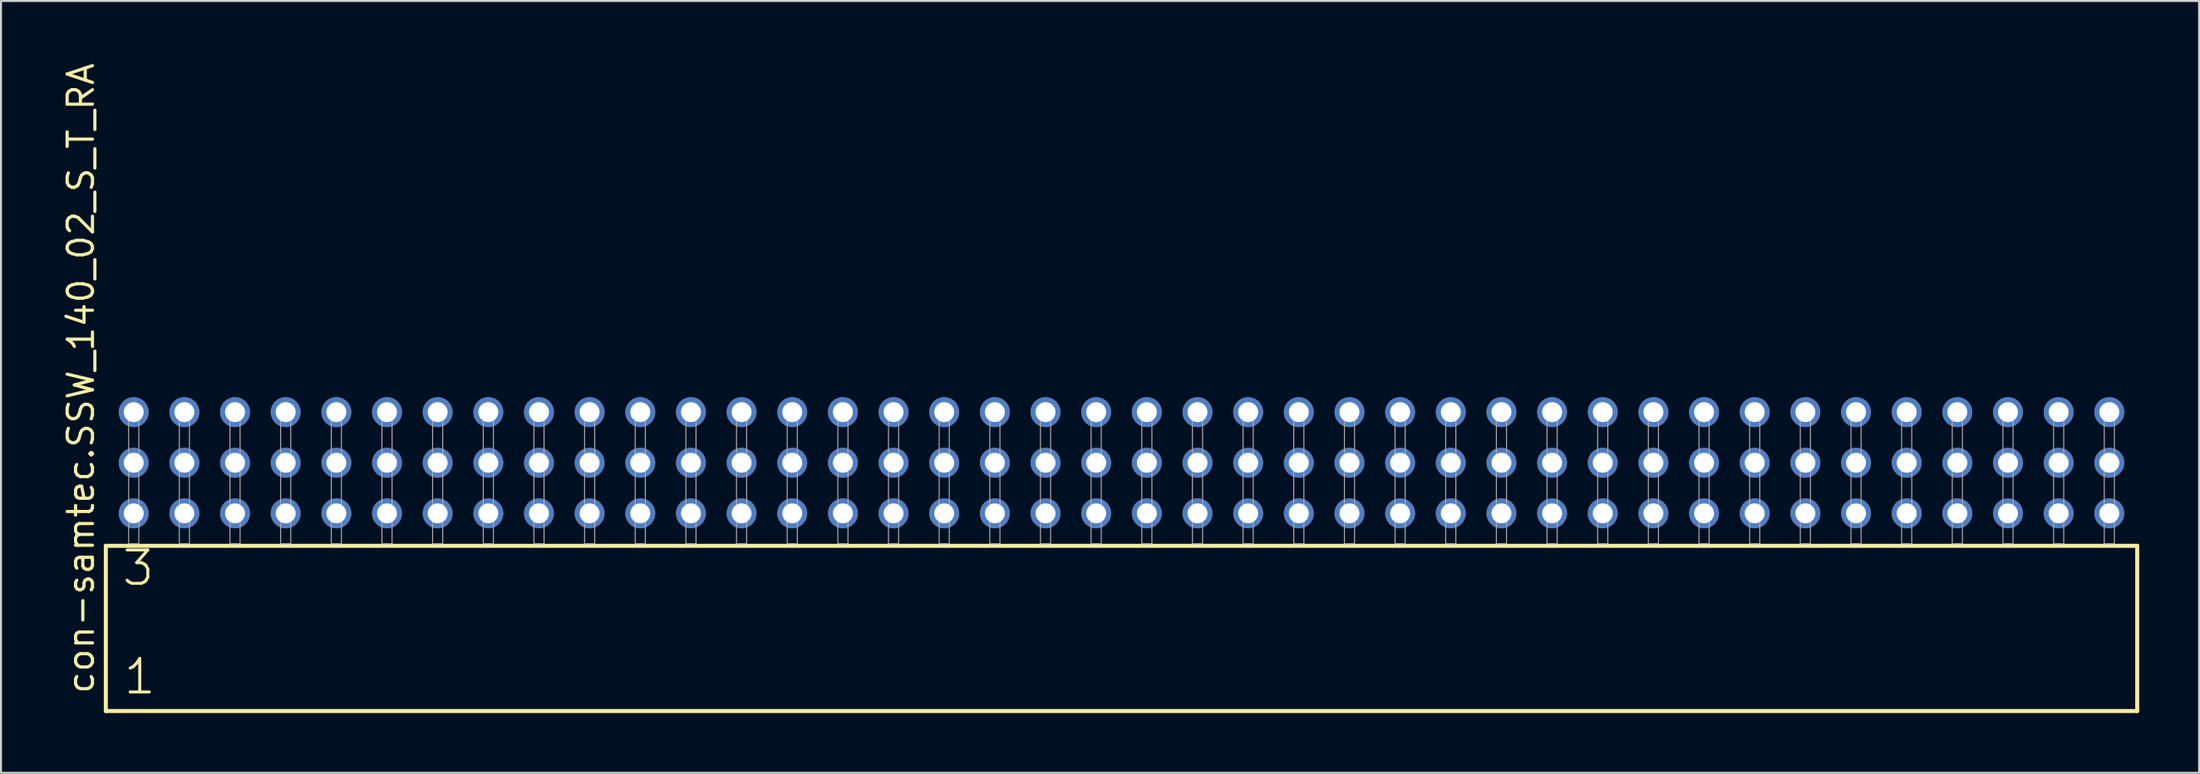
<source format=kicad_pcb>
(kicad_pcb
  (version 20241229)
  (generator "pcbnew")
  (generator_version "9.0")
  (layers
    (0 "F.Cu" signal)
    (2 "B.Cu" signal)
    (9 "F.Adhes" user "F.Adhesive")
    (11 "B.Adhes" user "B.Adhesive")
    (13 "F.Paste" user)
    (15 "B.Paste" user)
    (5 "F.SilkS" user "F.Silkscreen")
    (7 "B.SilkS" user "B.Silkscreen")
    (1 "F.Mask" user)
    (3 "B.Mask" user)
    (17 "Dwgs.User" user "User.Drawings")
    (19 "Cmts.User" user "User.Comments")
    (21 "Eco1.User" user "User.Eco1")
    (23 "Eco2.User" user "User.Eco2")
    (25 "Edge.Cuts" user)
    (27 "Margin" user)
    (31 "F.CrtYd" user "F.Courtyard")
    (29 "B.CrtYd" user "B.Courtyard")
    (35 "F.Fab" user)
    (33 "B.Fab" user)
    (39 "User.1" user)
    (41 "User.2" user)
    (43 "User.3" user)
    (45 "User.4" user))
  (footprint "con-samtec.SSW_140_02_S_T_RA"
    (layer "F.Cu")
    (at 53.185 24.235)
    (property "Reference" "con-samtec.SSW_140_02_S_T_RA" (at -51.435 7.62 90) (layer "F.SilkS") (effects (font (size 1.27 1.27) (thickness 0.16)) (justify left bottom)))
    (attr through_hole)
    (fp_line (start -50.929 0.106) (end -50.929 8.396) (stroke (width 0.203) (type default)) (layer "F.SilkS"))
    (fp_line (start -50.929 8.396) (end 50.929 8.396) (stroke (width 0.203) (type default)) (layer "F.SilkS"))
    (fp_line (start 50.929 0.106) (end -50.929 0.106) (stroke (width 0.203) (type default)) (layer "F.SilkS"))
    (fp_line (start 50.929 8.396) (end 50.929 0.106) (stroke (width 0.203) (type default)) (layer "F.SilkS"))
    (fp_rect (start -49.784 0) (end -49.276 -6.858) (stroke (width 0.05) (type default)) (fill no) (layer "F.Fab"))
    (fp_rect (start -47.244 0) (end -46.736 -6.858) (stroke (width 0.05) (type default)) (fill no) (layer "F.Fab"))
    (fp_rect (start -44.704 0) (end -44.196 -6.858) (stroke (width 0.05) (type default)) (fill no) (layer "F.Fab"))
    (fp_rect (start -42.164 0) (end -41.656 -6.858) (stroke (width 0.05) (type default)) (fill no) (layer "F.Fab"))
    (fp_rect (start -39.624 0) (end -39.116 -6.858) (stroke (width 0.05) (type default)) (fill no) (layer "F.Fab"))
    (fp_rect (start -37.084 0) (end -36.576 -6.858) (stroke (width 0.05) (type default)) (fill no) (layer "F.Fab"))
    (fp_rect (start -34.544 0) (end -34.036 -6.858) (stroke (width 0.05) (type default)) (fill no) (layer "F.Fab"))
    (fp_rect (start -32.004 0) (end -31.496 -6.858) (stroke (width 0.05) (type default)) (fill no) (layer "F.Fab"))
    (fp_rect (start -29.464 0) (end -28.956 -6.858) (stroke (width 0.05) (type default)) (fill no) (layer "F.Fab"))
    (fp_rect (start -26.924 0) (end -26.416 -6.858) (stroke (width 0.05) (type default)) (fill no) (layer "F.Fab"))
    (fp_rect (start -24.384 0) (end -23.876 -6.858) (stroke (width 0.05) (type default)) (fill no) (layer "F.Fab"))
    (fp_rect (start -21.844 0) (end -21.336 -6.858) (stroke (width 0.05) (type default)) (fill no) (layer "F.Fab"))
    (fp_rect (start -19.304 0) (end -18.796 -6.858) (stroke (width 0.05) (type default)) (fill no) (layer "F.Fab"))
    (fp_rect (start -16.764 0) (end -16.256 -6.858) (stroke (width 0.05) (type default)) (fill no) (layer "F.Fab"))
    (fp_rect (start -14.224 0) (end -13.716 -6.858) (stroke (width 0.05) (type default)) (fill no) (layer "F.Fab"))
    (fp_rect (start -11.684 0) (end -11.176 -6.858) (stroke (width 0.05) (type default)) (fill no) (layer "F.Fab"))
    (fp_rect (start -9.144 0) (end -8.636 -6.858) (stroke (width 0.05) (type default)) (fill no) (layer "F.Fab"))
    (fp_rect (start -6.604 0) (end -6.096 -6.858) (stroke (width 0.05) (type default)) (fill no) (layer "F.Fab"))
    (fp_rect (start -4.064 0) (end -3.556 -6.858) (stroke (width 0.05) (type default)) (fill no) (layer "F.Fab"))
    (fp_rect (start -1.524 0) (end -1.016 -6.858) (stroke (width 0.05) (type default)) (fill no) (layer "F.Fab"))
    (fp_rect (start 1.016 0) (end 1.524 -6.858) (stroke (width 0.05) (type default)) (fill no) (layer "F.Fab"))
    (fp_rect (start 3.556 0) (end 4.064 -6.858) (stroke (width 0.05) (type default)) (fill no) (layer "F.Fab"))
    (fp_rect (start 6.096 0) (end 6.604 -6.858) (stroke (width 0.05) (type default)) (fill no) (layer "F.Fab"))
    (fp_rect (start 8.636 0) (end 9.144 -6.858) (stroke (width 0.05) (type default)) (fill no) (layer "F.Fab"))
    (fp_rect (start 11.176 0) (end 11.684 -6.858) (stroke (width 0.05) (type default)) (fill no) (layer "F.Fab"))
    (fp_rect (start 13.716 0) (end 14.224 -6.858) (stroke (width 0.05) (type default)) (fill no) (layer "F.Fab"))
    (fp_rect (start 16.256 0) (end 16.764 -6.858) (stroke (width 0.05) (type default)) (fill no) (layer "F.Fab"))
    (fp_rect (start 18.796 0) (end 19.304 -6.858) (stroke (width 0.05) (type default)) (fill no) (layer "F.Fab"))
    (fp_rect (start 21.336 0) (end 21.844 -6.858) (stroke (width 0.05) (type default)) (fill no) (layer "F.Fab"))
    (fp_rect (start 23.876 0) (end 24.384 -6.858) (stroke (width 0.05) (type default)) (fill no) (layer "F.Fab"))
    (fp_rect (start 26.416 0) (end 26.924 -6.858) (stroke (width 0.05) (type default)) (fill no) (layer "F.Fab"))
    (fp_rect (start 28.956 0) (end 29.464 -6.858) (stroke (width 0.05) (type default)) (fill no) (layer "F.Fab"))
    (fp_rect (start 31.496 0) (end 32.004 -6.858) (stroke (width 0.05) (type default)) (fill no) (layer "F.Fab"))
    (fp_rect (start 34.036 0) (end 34.544 -6.858) (stroke (width 0.05) (type default)) (fill no) (layer "F.Fab"))
    (fp_rect (start 36.576 0) (end 37.084 -6.858) (stroke (width 0.05) (type default)) (fill no) (layer "F.Fab"))
    (fp_rect (start 39.116 0) (end 39.624 -6.858) (stroke (width 0.05) (type default)) (fill no) (layer "F.Fab"))
    (fp_rect (start 41.656 0) (end 42.164 -6.858) (stroke (width 0.05) (type default)) (fill no) (layer "F.Fab"))
    (fp_rect (start 44.196 0) (end 44.704 -6.858) (stroke (width 0.05) (type default)) (fill no) (layer "F.Fab"))
    (fp_rect (start 46.736 0) (end 47.244 -6.858) (stroke (width 0.05) (type default)) (fill no) (layer "F.Fab"))
    (fp_rect (start 49.276 0) (end 49.784 -6.858) (stroke (width 0.05) (type default)) (fill no) (layer "F.Fab"))
    (fp_text user "3" (at -50.2 2.2 0) (layer "F.SilkS") (effects (font (size 1.676 1.676) (thickness 0.15)) (justify left bottom)))
    (fp_text user "1" (at -50.125 7.65 0) (layer "F.SilkS") (effects (font (size 1.676 1.676) (thickness 0.15)) (justify left bottom)))
    (pad "1" thru_hole circle (at -49.53 -1.524) (size 1.5 1.5) (drill 1) (layers "*.Cu" "*.Mask"))
    (pad "2" thru_hole circle (at -49.53 -4.064) (size 1.5 1.5) (drill 1) (layers "*.Cu" "*.Mask"))
    (pad "3" thru_hole circle (at -49.53 -6.604) (size 1.5 1.5) (drill 1) (layers "*.Cu" "*.Mask"))
    (pad "4" thru_hole circle (at -46.99 -1.524) (size 1.5 1.5) (drill 1) (layers "*.Cu" "*.Mask"))
    (pad "5" thru_hole circle (at -46.99 -4.064) (size 1.5 1.5) (drill 1) (layers "*.Cu" "*.Mask"))
    (pad "6" thru_hole circle (at -46.99 -6.604) (size 1.5 1.5) (drill 1) (layers "*.Cu" "*.Mask"))
    (pad "7" thru_hole circle (at -44.45 -1.524) (size 1.5 1.5) (drill 1) (layers "*.Cu" "*.Mask"))
    (pad "8" thru_hole circle (at -44.45 -4.064) (size 1.5 1.5) (drill 1) (layers "*.Cu" "*.Mask"))
    (pad "9" thru_hole circle (at -44.45 -6.604) (size 1.5 1.5) (drill 1) (layers "*.Cu" "*.Mask"))
    (pad "10" thru_hole circle (at -41.91 -1.524) (size 1.5 1.5) (drill 1) (layers "*.Cu" "*.Mask"))
    (pad "11" thru_hole circle (at -41.91 -4.064) (size 1.5 1.5) (drill 1) (layers "*.Cu" "*.Mask"))
    (pad "12" thru_hole circle (at -41.91 -6.604) (size 1.5 1.5) (drill 1) (layers "*.Cu" "*.Mask"))
    (pad "13" thru_hole circle (at -39.37 -1.524) (size 1.5 1.5) (drill 1) (layers "*.Cu" "*.Mask"))
    (pad "14" thru_hole circle (at -39.37 -4.064) (size 1.5 1.5) (drill 1) (layers "*.Cu" "*.Mask"))
    (pad "15" thru_hole circle (at -39.37 -6.604) (size 1.5 1.5) (drill 1) (layers "*.Cu" "*.Mask"))
    (pad "16" thru_hole circle (at -36.83 -1.524) (size 1.5 1.5) (drill 1) (layers "*.Cu" "*.Mask"))
    (pad "17" thru_hole circle (at -36.83 -4.064) (size 1.5 1.5) (drill 1) (layers "*.Cu" "*.Mask"))
    (pad "18" thru_hole circle (at -36.83 -6.604) (size 1.5 1.5) (drill 1) (layers "*.Cu" "*.Mask"))
    (pad "19" thru_hole circle (at -34.29 -1.524) (size 1.5 1.5) (drill 1) (layers "*.Cu" "*.Mask"))
    (pad "20" thru_hole circle (at -34.29 -4.064) (size 1.5 1.5) (drill 1) (layers "*.Cu" "*.Mask"))
    (pad "21" thru_hole circle (at -34.29 -6.604) (size 1.5 1.5) (drill 1) (layers "*.Cu" "*.Mask"))
    (pad "22" thru_hole circle (at -31.75 -1.524) (size 1.5 1.5) (drill 1) (layers "*.Cu" "*.Mask"))
    (pad "23" thru_hole circle (at -31.75 -4.064) (size 1.5 1.5) (drill 1) (layers "*.Cu" "*.Mask"))
    (pad "24" thru_hole circle (at -31.75 -6.604) (size 1.5 1.5) (drill 1) (layers "*.Cu" "*.Mask"))
    (pad "25" thru_hole circle (at -29.21 -1.524) (size 1.5 1.5) (drill 1) (layers "*.Cu" "*.Mask"))
    (pad "26" thru_hole circle (at -29.21 -4.064) (size 1.5 1.5) (drill 1) (layers "*.Cu" "*.Mask"))
    (pad "27" thru_hole circle (at -29.21 -6.604) (size 1.5 1.5) (drill 1) (layers "*.Cu" "*.Mask"))
    (pad "28" thru_hole circle (at -26.67 -1.524) (size 1.5 1.5) (drill 1) (layers "*.Cu" "*.Mask"))
    (pad "29" thru_hole circle (at -26.67 -4.064) (size 1.5 1.5) (drill 1) (layers "*.Cu" "*.Mask"))
    (pad "30" thru_hole circle (at -26.67 -6.604) (size 1.5 1.5) (drill 1) (layers "*.Cu" "*.Mask"))
    (pad "31" thru_hole circle (at -24.13 -1.524) (size 1.5 1.5) (drill 1) (layers "*.Cu" "*.Mask"))
    (pad "32" thru_hole circle (at -24.13 -4.064) (size 1.5 1.5) (drill 1) (layers "*.Cu" "*.Mask"))
    (pad "33" thru_hole circle (at -24.13 -6.604) (size 1.5 1.5) (drill 1) (layers "*.Cu" "*.Mask"))
    (pad "34" thru_hole circle (at -21.59 -1.524) (size 1.5 1.5) (drill 1) (layers "*.Cu" "*.Mask"))
    (pad "35" thru_hole circle (at -21.59 -4.064) (size 1.5 1.5) (drill 1) (layers "*.Cu" "*.Mask"))
    (pad "36" thru_hole circle (at -21.59 -6.604) (size 1.5 1.5) (drill 1) (layers "*.Cu" "*.Mask"))
    (pad "37" thru_hole circle (at -19.05 -1.524) (size 1.5 1.5) (drill 1) (layers "*.Cu" "*.Mask"))
    (pad "38" thru_hole circle (at -19.05 -4.064) (size 1.5 1.5) (drill 1) (layers "*.Cu" "*.Mask"))
    (pad "39" thru_hole circle (at -19.05 -6.604) (size 1.5 1.5) (drill 1) (layers "*.Cu" "*.Mask"))
    (pad "40" thru_hole circle (at -16.51 -1.524) (size 1.5 1.5) (drill 1) (layers "*.Cu" "*.Mask"))
    (pad "41" thru_hole circle (at -16.51 -4.064) (size 1.5 1.5) (drill 1) (layers "*.Cu" "*.Mask"))
    (pad "42" thru_hole circle (at -16.51 -6.604) (size 1.5 1.5) (drill 1) (layers "*.Cu" "*.Mask"))
    (pad "43" thru_hole circle (at -13.97 -1.524) (size 1.5 1.5) (drill 1) (layers "*.Cu" "*.Mask"))
    (pad "44" thru_hole circle (at -13.97 -4.064) (size 1.5 1.5) (drill 1) (layers "*.Cu" "*.Mask"))
    (pad "45" thru_hole circle (at -13.97 -6.604) (size 1.5 1.5) (drill 1) (layers "*.Cu" "*.Mask"))
    (pad "46" thru_hole circle (at -11.43 -1.524) (size 1.5 1.5) (drill 1) (layers "*.Cu" "*.Mask"))
    (pad "47" thru_hole circle (at -11.43 -4.064) (size 1.5 1.5) (drill 1) (layers "*.Cu" "*.Mask"))
    (pad "48" thru_hole circle (at -11.43 -6.604) (size 1.5 1.5) (drill 1) (layers "*.Cu" "*.Mask"))
    (pad "49" thru_hole circle (at -8.89 -1.524) (size 1.5 1.5) (drill 1) (layers "*.Cu" "*.Mask"))
    (pad "50" thru_hole circle (at -8.89 -4.064) (size 1.5 1.5) (drill 1) (layers "*.Cu" "*.Mask"))
    (pad "51" thru_hole circle (at -8.89 -6.604) (size 1.5 1.5) (drill 1) (layers "*.Cu" "*.Mask"))
    (pad "52" thru_hole circle (at -6.35 -1.524) (size 1.5 1.5) (drill 1) (layers "*.Cu" "*.Mask"))
    (pad "53" thru_hole circle (at -6.35 -4.064) (size 1.5 1.5) (drill 1) (layers "*.Cu" "*.Mask"))
    (pad "54" thru_hole circle (at -6.35 -6.604) (size 1.5 1.5) (drill 1) (layers "*.Cu" "*.Mask"))
    (pad "55" thru_hole circle (at -3.81 -1.524) (size 1.5 1.5) (drill 1) (layers "*.Cu" "*.Mask"))
    (pad "56" thru_hole circle (at -3.81 -4.064) (size 1.5 1.5) (drill 1) (layers "*.Cu" "*.Mask"))
    (pad "57" thru_hole circle (at -3.81 -6.604) (size 1.5 1.5) (drill 1) (layers "*.Cu" "*.Mask"))
    (pad "58" thru_hole circle (at -1.27 -1.524) (size 1.5 1.5) (drill 1) (layers "*.Cu" "*.Mask"))
    (pad "59" thru_hole circle (at -1.27 -4.064) (size 1.5 1.5) (drill 1) (layers "*.Cu" "*.Mask"))
    (pad "60" thru_hole circle (at -1.27 -6.604) (size 1.5 1.5) (drill 1) (layers "*.Cu" "*.Mask"))
    (pad "61" thru_hole circle (at 1.27 -1.524) (size 1.5 1.5) (drill 1) (layers "*.Cu" "*.Mask"))
    (pad "62" thru_hole circle (at 1.27 -4.064) (size 1.5 1.5) (drill 1) (layers "*.Cu" "*.Mask"))
    (pad "63" thru_hole circle (at 1.27 -6.604) (size 1.5 1.5) (drill 1) (layers "*.Cu" "*.Mask"))
    (pad "64" thru_hole circle (at 3.81 -1.524) (size 1.5 1.5) (drill 1) (layers "*.Cu" "*.Mask"))
    (pad "65" thru_hole circle (at 3.81 -4.064) (size 1.5 1.5) (drill 1) (layers "*.Cu" "*.Mask"))
    (pad "66" thru_hole circle (at 3.81 -6.604) (size 1.5 1.5) (drill 1) (layers "*.Cu" "*.Mask"))
    (pad "67" thru_hole circle (at 6.35 -1.524) (size 1.5 1.5) (drill 1) (layers "*.Cu" "*.Mask"))
    (pad "68" thru_hole circle (at 6.35 -4.064) (size 1.5 1.5) (drill 1) (layers "*.Cu" "*.Mask"))
    (pad "69" thru_hole circle (at 6.35 -6.604) (size 1.5 1.5) (drill 1) (layers "*.Cu" "*.Mask"))
    (pad "70" thru_hole circle (at 8.89 -1.524) (size 1.5 1.5) (drill 1) (layers "*.Cu" "*.Mask"))
    (pad "71" thru_hole circle (at 8.89 -4.064) (size 1.5 1.5) (drill 1) (layers "*.Cu" "*.Mask"))
    (pad "72" thru_hole circle (at 8.89 -6.604) (size 1.5 1.5) (drill 1) (layers "*.Cu" "*.Mask"))
    (pad "73" thru_hole circle (at 11.43 -1.524) (size 1.5 1.5) (drill 1) (layers "*.Cu" "*.Mask"))
    (pad "74" thru_hole circle (at 11.43 -4.064) (size 1.5 1.5) (drill 1) (layers "*.Cu" "*.Mask"))
    (pad "75" thru_hole circle (at 11.43 -6.604) (size 1.5 1.5) (drill 1) (layers "*.Cu" "*.Mask"))
    (pad "76" thru_hole circle (at 13.97 -1.524) (size 1.5 1.5) (drill 1) (layers "*.Cu" "*.Mask"))
    (pad "77" thru_hole circle (at 13.97 -4.064) (size 1.5 1.5) (drill 1) (layers "*.Cu" "*.Mask"))
    (pad "78" thru_hole circle (at 13.97 -6.604) (size 1.5 1.5) (drill 1) (layers "*.Cu" "*.Mask"))
    (pad "79" thru_hole circle (at 16.51 -1.524) (size 1.5 1.5) (drill 1) (layers "*.Cu" "*.Mask"))
    (pad "80" thru_hole circle (at 16.51 -4.064) (size 1.5 1.5) (drill 1) (layers "*.Cu" "*.Mask"))
    (pad "81" thru_hole circle (at 16.51 -6.604) (size 1.5 1.5) (drill 1) (layers "*.Cu" "*.Mask"))
    (pad "82" thru_hole circle (at 19.05 -1.524) (size 1.5 1.5) (drill 1) (layers "*.Cu" "*.Mask"))
    (pad "83" thru_hole circle (at 19.05 -4.064) (size 1.5 1.5) (drill 1) (layers "*.Cu" "*.Mask"))
    (pad "84" thru_hole circle (at 19.05 -6.604) (size 1.5 1.5) (drill 1) (layers "*.Cu" "*.Mask"))
    (pad "85" thru_hole circle (at 21.59 -1.524) (size 1.5 1.5) (drill 1) (layers "*.Cu" "*.Mask"))
    (pad "86" thru_hole circle (at 21.59 -4.064) (size 1.5 1.5) (drill 1) (layers "*.Cu" "*.Mask"))
    (pad "87" thru_hole circle (at 21.59 -6.604) (size 1.5 1.5) (drill 1) (layers "*.Cu" "*.Mask"))
    (pad "88" thru_hole circle (at 24.13 -1.524) (size 1.5 1.5) (drill 1) (layers "*.Cu" "*.Mask"))
    (pad "89" thru_hole circle (at 24.13 -4.064) (size 1.5 1.5) (drill 1) (layers "*.Cu" "*.Mask"))
    (pad "90" thru_hole circle (at 24.13 -6.604) (size 1.5 1.5) (drill 1) (layers "*.Cu" "*.Mask"))
    (pad "91" thru_hole circle (at 26.67 -1.524) (size 1.5 1.5) (drill 1) (layers "*.Cu" "*.Mask"))
    (pad "92" thru_hole circle (at 26.67 -4.064) (size 1.5 1.5) (drill 1) (layers "*.Cu" "*.Mask"))
    (pad "93" thru_hole circle (at 26.67 -6.604) (size 1.5 1.5) (drill 1) (layers "*.Cu" "*.Mask"))
    (pad "94" thru_hole circle (at 29.21 -1.524) (size 1.5 1.5) (drill 1) (layers "*.Cu" "*.Mask"))
    (pad "95" thru_hole circle (at 29.21 -4.064) (size 1.5 1.5) (drill 1) (layers "*.Cu" "*.Mask"))
    (pad "96" thru_hole circle (at 29.21 -6.604) (size 1.5 1.5) (drill 1) (layers "*.Cu" "*.Mask"))
    (pad "97" thru_hole circle (at 31.75 -1.524) (size 1.5 1.5) (drill 1) (layers "*.Cu" "*.Mask"))
    (pad "98" thru_hole circle (at 31.75 -4.064) (size 1.5 1.5) (drill 1) (layers "*.Cu" "*.Mask"))
    (pad "99" thru_hole circle (at 31.75 -6.604) (size 1.5 1.5) (drill 1) (layers "*.Cu" "*.Mask"))
    (pad "100" thru_hole circle (at 34.29 -1.524) (size 1.5 1.5) (drill 1) (layers "*.Cu" "*.Mask"))
    (pad "101" thru_hole circle (at 34.29 -4.064) (size 1.5 1.5) (drill 1) (layers "*.Cu" "*.Mask"))
    (pad "102" thru_hole circle (at 34.29 -6.604) (size 1.5 1.5) (drill 1) (layers "*.Cu" "*.Mask"))
    (pad "103" thru_hole circle (at 36.83 -1.524) (size 1.5 1.5) (drill 1) (layers "*.Cu" "*.Mask"))
    (pad "104" thru_hole circle (at 36.83 -4.064) (size 1.5 1.5) (drill 1) (layers "*.Cu" "*.Mask"))
    (pad "105" thru_hole circle (at 36.83 -6.604) (size 1.5 1.5) (drill 1) (layers "*.Cu" "*.Mask"))
    (pad "106" thru_hole circle (at 39.37 -1.524) (size 1.5 1.5) (drill 1) (layers "*.Cu" "*.Mask"))
    (pad "107" thru_hole circle (at 39.37 -4.064) (size 1.5 1.5) (drill 1) (layers "*.Cu" "*.Mask"))
    (pad "108" thru_hole circle (at 39.37 -6.604) (size 1.5 1.5) (drill 1) (layers "*.Cu" "*.Mask"))
    (pad "109" thru_hole circle (at 41.91 -1.524) (size 1.5 1.5) (drill 1) (layers "*.Cu" "*.Mask"))
    (pad "110" thru_hole circle (at 41.91 -4.064) (size 1.5 1.5) (drill 1) (layers "*.Cu" "*.Mask"))
    (pad "111" thru_hole circle (at 41.91 -6.604) (size 1.5 1.5) (drill 1) (layers "*.Cu" "*.Mask"))
    (pad "112" thru_hole circle (at 44.45 -1.524) (size 1.5 1.5) (drill 1) (layers "*.Cu" "*.Mask"))
    (pad "113" thru_hole circle (at 44.45 -4.064) (size 1.5 1.5) (drill 1) (layers "*.Cu" "*.Mask"))
    (pad "114" thru_hole circle (at 44.45 -6.604) (size 1.5 1.5) (drill 1) (layers "*.Cu" "*.Mask"))
    (pad "115" thru_hole circle (at 46.99 -1.524) (size 1.5 1.5) (drill 1) (layers "*.Cu" "*.Mask"))
    (pad "116" thru_hole circle (at 46.99 -4.064) (size 1.5 1.5) (drill 1) (layers "*.Cu" "*.Mask"))
    (pad "117" thru_hole circle (at 46.99 -6.604) (size 1.5 1.5) (drill 1) (layers "*.Cu" "*.Mask"))
    (pad "118" thru_hole circle (at 49.53 -1.524) (size 1.5 1.5) (drill 1) (layers "*.Cu" "*.Mask"))
    (pad "119" thru_hole circle (at 49.53 -4.064) (size 1.5 1.5) (drill 1) (layers "*.Cu" "*.Mask"))
    (pad "120" thru_hole circle (at 49.53 -6.604) (size 1.5 1.5) (drill 1) (layers "*.Cu" "*.Mask")))
  (gr_rect
    (start -3 -3)
    (end 107.216 35.733)
    (stroke (width 0.1) (type default))
    (fill no)
    (layer "Edge.Cuts")))
</source>
